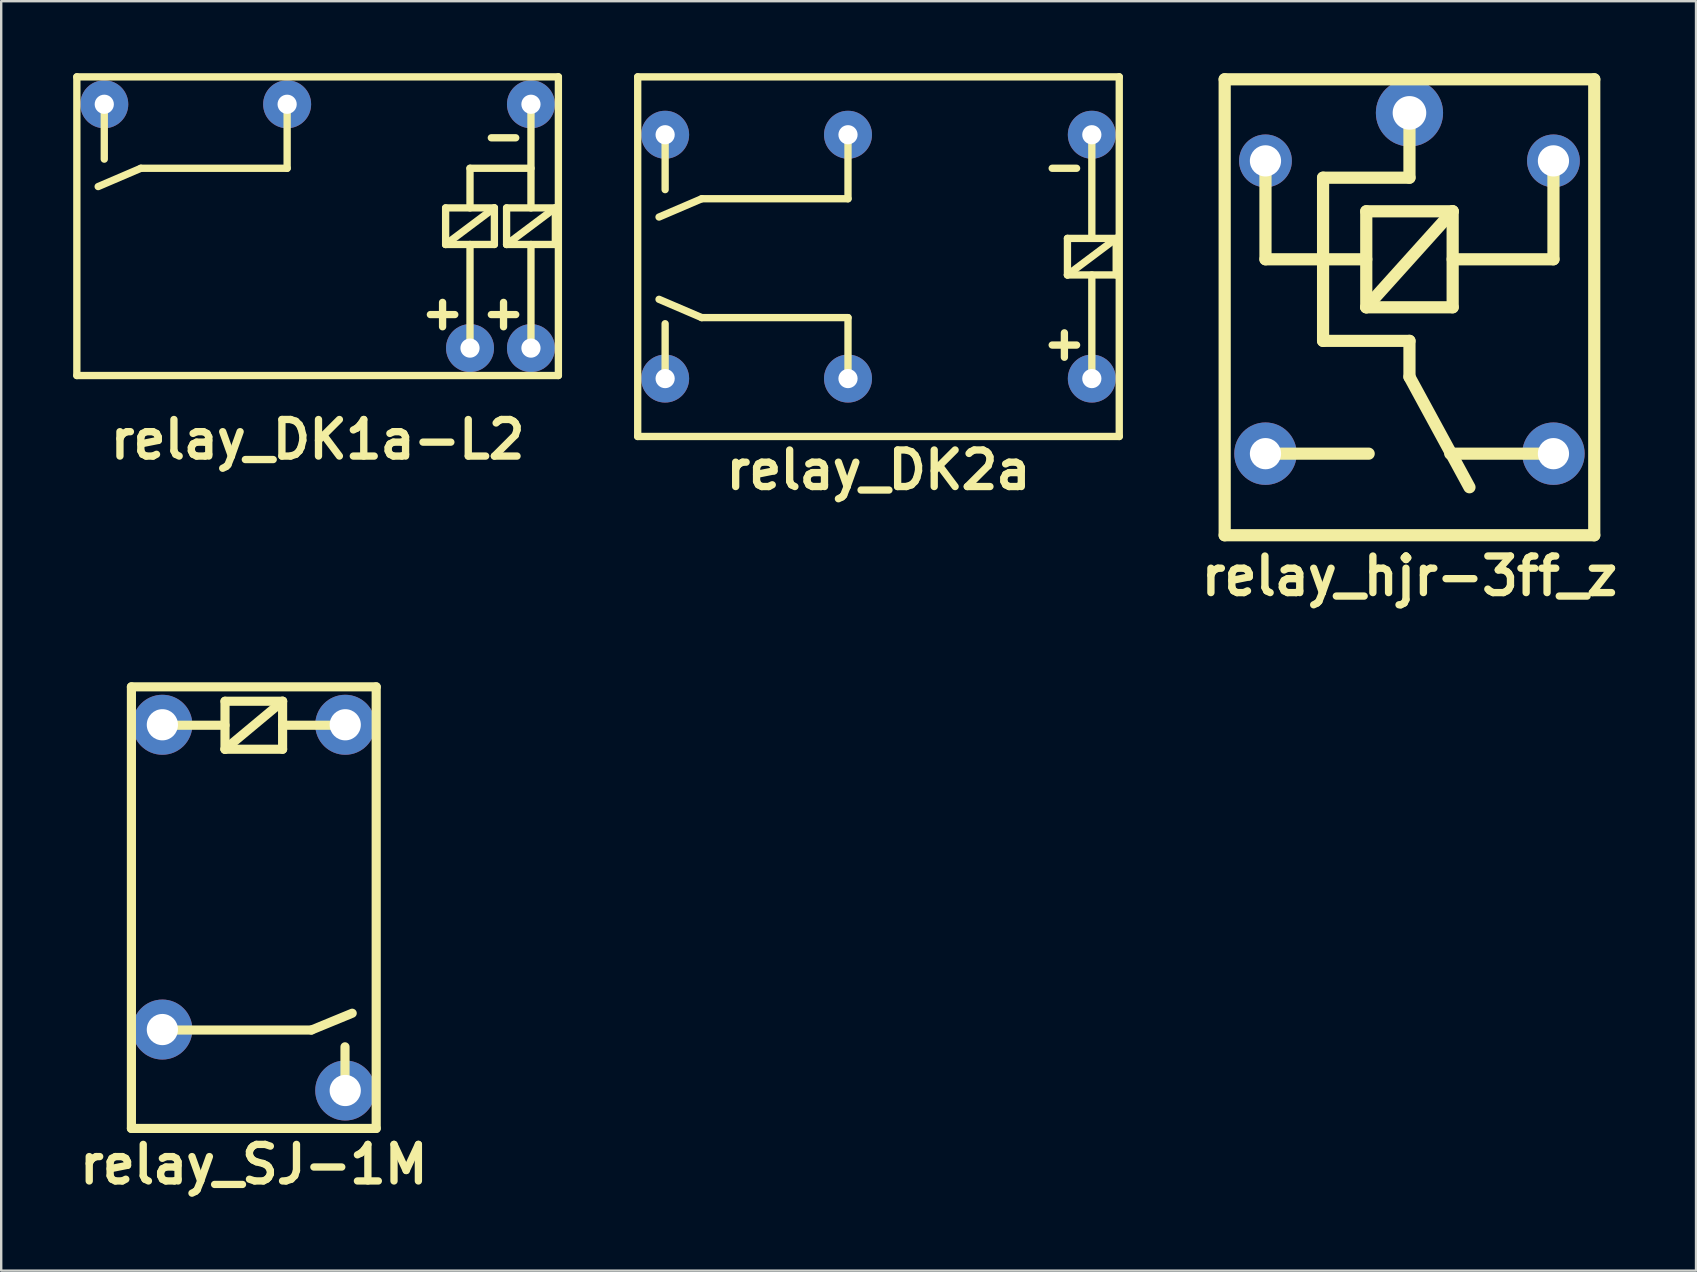
<source format=kicad_pcb>
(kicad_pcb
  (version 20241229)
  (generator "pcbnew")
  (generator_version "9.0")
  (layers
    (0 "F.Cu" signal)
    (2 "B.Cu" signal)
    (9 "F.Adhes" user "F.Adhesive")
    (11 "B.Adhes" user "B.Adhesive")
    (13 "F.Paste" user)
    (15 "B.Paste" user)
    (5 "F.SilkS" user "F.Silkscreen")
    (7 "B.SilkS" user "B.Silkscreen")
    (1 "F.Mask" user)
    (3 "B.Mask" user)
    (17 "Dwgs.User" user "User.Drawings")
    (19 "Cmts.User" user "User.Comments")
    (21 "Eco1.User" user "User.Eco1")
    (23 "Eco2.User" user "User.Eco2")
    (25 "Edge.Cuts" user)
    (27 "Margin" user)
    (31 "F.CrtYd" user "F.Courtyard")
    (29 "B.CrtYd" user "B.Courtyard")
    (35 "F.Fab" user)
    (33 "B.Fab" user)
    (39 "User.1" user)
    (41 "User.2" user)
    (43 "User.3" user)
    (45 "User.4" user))
  (footprint "relay_DK2a"
    (layer "F.Cu")
    (at 33.556 7.645)
    (property "Reference" "relay_DK2a" (at 0 8.89 0) (layer "F.SilkS") (effects (font (size 1.524 1.524) (thickness 0.305))))
    (attr through_hole)
    (fp_line (start -10.033 -7.493) (end -10.033 7.493) (stroke (width 0.305) (type solid)) (layer "F.SilkS"))
    (fp_line (start -10.033 7.493) (end 10.033 7.493) (stroke (width 0.305) (type solid)) (layer "F.SilkS"))
    (fp_line (start -8.89 -5.08) (end -8.89 -2.794) (stroke (width 0.305) (type solid)) (layer "F.SilkS"))
    (fp_line (start -8.89 2.794) (end -8.89 5.08) (stroke (width 0.305) (type solid)) (layer "F.SilkS"))
    (fp_line (start -7.366 -2.413) (end -9.144 -1.651) (stroke (width 0.305) (type solid)) (layer "F.SilkS"))
    (fp_line (start -7.366 2.54) (end -9.144 1.778) (stroke (width 0.305) (type solid)) (layer "F.SilkS"))
    (fp_line (start -1.27 -4.953) (end -1.27 -2.413) (stroke (width 0.305) (type solid)) (layer "F.SilkS"))
    (fp_line (start -1.27 -2.413) (end -7.366 -2.413) (stroke (width 0.305) (type solid)) (layer "F.SilkS"))
    (fp_line (start -1.27 2.54) (end -7.366 2.54) (stroke (width 0.305) (type solid)) (layer "F.SilkS"))
    (fp_line (start -1.27 2.54) (end -1.27 5.08) (stroke (width 0.305) (type solid)) (layer "F.SilkS"))
    (fp_line (start 7.239 -3.683) (end 8.255 -3.683) (stroke (width 0.305) (type solid)) (layer "F.SilkS"))
    (fp_line (start 7.239 3.683) (end 8.255 3.683) (stroke (width 0.305) (type solid)) (layer "F.SilkS"))
    (fp_line (start 7.747 3.175) (end 7.747 4.191) (stroke (width 0.305) (type solid)) (layer "F.SilkS"))
    (fp_line (start 7.874 -0.762) (end 9.906 -0.762) (stroke (width 0.305) (type solid)) (layer "F.SilkS"))
    (fp_line (start 7.874 0.762) (end 7.874 -0.762) (stroke (width 0.305) (type solid)) (layer "F.SilkS"))
    (fp_line (start 8.89 -0.762) (end 8.89 -5.08) (stroke (width 0.305) (type solid)) (layer "F.SilkS"))
    (fp_line (start 8.89 5.08) (end 8.89 0.762) (stroke (width 0.305) (type solid)) (layer "F.SilkS"))
    (fp_line (start 9.906 -0.762) (end 7.874 0.762) (stroke (width 0.305) (type solid)) (layer "F.SilkS"))
    (fp_line (start 9.906 -0.762) (end 9.906 0.762) (stroke (width 0.305) (type solid)) (layer "F.SilkS"))
    (fp_line (start 9.906 0.762) (end 7.874 0.762) (stroke (width 0.305) (type solid)) (layer "F.SilkS"))
    (fp_line (start 10.033 -7.493) (end -10.033 -7.493) (stroke (width 0.305) (type solid)) (layer "F.SilkS"))
    (fp_line (start 10.033 7.493) (end 10.033 -7.493) (stroke (width 0.305) (type solid)) (layer "F.SilkS"))
    (pad "1" thru_hole circle (at 8.89 -5.08 180) (size 1.999 1.999) (drill 0.8) (layers "*.Cu"))
    (pad "3" thru_hole circle (at -1.27 -5.08 180) (size 1.999 1.999) (drill 0.8) (layers "*.Cu"))
    (pad "4" thru_hole circle (at -8.89 -5.08 180) (size 1.999 1.999) (drill 0.8) (layers "*.Cu"))
    (pad "5" thru_hole circle (at -8.89 5.08 180) (size 1.999 1.999) (drill 0.8) (layers "*.Cu"))
    (pad "6" thru_hole circle (at -1.27 5.08 180) (size 1.999 1.999) (drill 0.8) (layers "*.Cu"))
    (pad "8" thru_hole circle (at 8.89 5.08 180) (size 1.999 1.999) (drill 0.8) (layers "*.Cu")))
  (footprint "relay_hjr-3ff_z"
    (layer "F.Cu")
    (at 55.682 9.754)
    (property "Reference" "relay_hjr-3ff_z" (at 0 11.2 0) (layer "F.SilkS") (effects (font (size 1.524 1.524) (thickness 0.305))))
    (attr through_hole)
    (fp_line (start -7.7 -9.5) (end -7.7 9.5) (stroke (width 0.508) (type solid)) (layer "F.SilkS"))
    (fp_line (start -7.7 -9.5) (end 7.7 -9.5) (stroke (width 0.508) (type solid)) (layer "F.SilkS"))
    (fp_line (start -7.7 9.5) (end 7.7 9.5) (stroke (width 0.508) (type solid)) (layer "F.SilkS"))
    (fp_line (start -6 -6.1) (end -6 -2) (stroke (width 0.508) (type solid)) (layer "F.SilkS"))
    (fp_line (start -3.6 1.4) (end -3.6 -5.4) (stroke (width 0.508) (type solid)) (layer "F.SilkS"))
    (fp_line (start -1.8 -4) (end 1.8 -4) (stroke (width 0.508) (type solid)) (layer "F.SilkS"))
    (fp_line (start -1.8 -2) (end -6 -2) (stroke (width 0.508) (type solid)) (layer "F.SilkS"))
    (fp_line (start -1.8 0) (end -1.8 -4) (stroke (width 0.508) (type solid)) (layer "F.SilkS"))
    (fp_line (start -1.8 0) (end 1.8 -4) (stroke (width 0.508) (type solid)) (layer "F.SilkS"))
    (fp_line (start -1.7 6.1) (end -6 6.1) (stroke (width 0.508) (type solid)) (layer "F.SilkS"))
    (fp_line (start 0 -8.1) (end 0 -5.4) (stroke (width 0.508) (type solid)) (layer "F.SilkS"))
    (fp_line (start 0 -5.4) (end -3.6 -5.4) (stroke (width 0.508) (type solid)) (layer "F.SilkS"))
    (fp_line (start 0 1.4) (end -3.6 1.4) (stroke (width 0.508) (type solid)) (layer "F.SilkS"))
    (fp_line (start 0 1.4) (end 0 2.9) (stroke (width 0.508) (type solid)) (layer "F.SilkS"))
    (fp_line (start 0 2.9) (end 2.5 7.5) (stroke (width 0.508) (type solid)) (layer "F.SilkS"))
    (fp_line (start 1.8 -4) (end 1.8 0) (stroke (width 0.508) (type solid)) (layer "F.SilkS"))
    (fp_line (start 1.8 0) (end -1.8 0) (stroke (width 0.508) (type solid)) (layer "F.SilkS"))
    (fp_line (start 6 -6.1) (end 6 -2) (stroke (width 0.508) (type solid)) (layer "F.SilkS"))
    (fp_line (start 6 -2) (end 1.8 -2) (stroke (width 0.508) (type solid)) (layer "F.SilkS"))
    (fp_line (start 6 6.1) (end 1.7 6.1) (stroke (width 0.508) (type solid)) (layer "F.SilkS"))
    (fp_line (start 7.7 -9.5) (end 7.7 9.5) (stroke (width 0.508) (type solid)) (layer "F.SilkS"))
    (pad "1" thru_hole circle (at 0 -8.1) (size 2.8 2.8) (drill 1.4) (layers "*.Cu"))
    (pad "2" thru_hole circle (at -6 -6.1) (size 2.2 2.2) (drill 1.3) (layers "*.Cu"))
    (pad "3" thru_hole circle (at -6 6.1) (size 2.6 2.6) (drill 1.3) (layers "*.Cu"))
    (pad "4" thru_hole circle (at 6 6.1) (size 2.6 2.6) (drill 1.3) (layers "*.Cu"))
    (pad "5" thru_hole circle (at 6 -6.1) (size 2.2 2.2) (drill 1.3) (layers "*.Cu")))
  (footprint "relay_DK1a-L2"
    (layer "F.Cu")
    (at 10.185 6.375)
    (property "Reference" "relay_DK1a-L2" (at 0 8.89 0) (layer "F.SilkS") (effects (font (size 1.524 1.524) (thickness 0.305))))
    (attr through_hole)
    (fp_line (start -10.033 6.223) (end -10.033 -6.223) (stroke (width 0.305) (type solid)) (layer "F.SilkS"))
    (fp_line (start -10.033 6.223) (end 10.033 6.223) (stroke (width 0.305) (type solid)) (layer "F.SilkS"))
    (fp_line (start -8.89 -5.08) (end -8.89 -2.794) (stroke (width 0.305) (type solid)) (layer "F.SilkS"))
    (fp_line (start -7.366 -2.413) (end -9.144 -1.651) (stroke (width 0.305) (type solid)) (layer "F.SilkS"))
    (fp_line (start -1.27 -4.953) (end -1.27 -2.413) (stroke (width 0.305) (type solid)) (layer "F.SilkS"))
    (fp_line (start -1.27 -2.413) (end -7.366 -2.413) (stroke (width 0.305) (type solid)) (layer "F.SilkS"))
    (fp_line (start 4.699 3.683) (end 5.715 3.683) (stroke (width 0.305) (type solid)) (layer "F.SilkS"))
    (fp_line (start 5.207 3.175) (end 5.207 4.191) (stroke (width 0.305) (type solid)) (layer "F.SilkS"))
    (fp_line (start 5.334 -0.762) (end 7.366 -0.762) (stroke (width 0.305) (type solid)) (layer "F.SilkS"))
    (fp_line (start 5.334 0.762) (end 5.334 -0.762) (stroke (width 0.305) (type solid)) (layer "F.SilkS"))
    (fp_line (start 6.35 -2.413) (end 8.89 -2.413) (stroke (width 0.305) (type solid)) (layer "F.SilkS"))
    (fp_line (start 6.35 -0.762) (end 6.35 -2.413) (stroke (width 0.305) (type solid)) (layer "F.SilkS"))
    (fp_line (start 6.35 5.08) (end 6.35 0.762) (stroke (width 0.305) (type solid)) (layer "F.SilkS"))
    (fp_line (start 7.239 -3.683) (end 8.255 -3.683) (stroke (width 0.305) (type solid)) (layer "F.SilkS"))
    (fp_line (start 7.239 3.683) (end 8.255 3.683) (stroke (width 0.305) (type solid)) (layer "F.SilkS"))
    (fp_line (start 7.366 -0.762) (end 5.334 0.762) (stroke (width 0.305) (type solid)) (layer "F.SilkS"))
    (fp_line (start 7.366 -0.762) (end 7.366 0.762) (stroke (width 0.305) (type solid)) (layer "F.SilkS"))
    (fp_line (start 7.366 0.762) (end 5.334 0.762) (stroke (width 0.305) (type solid)) (layer "F.SilkS"))
    (fp_line (start 7.747 3.175) (end 7.747 4.191) (stroke (width 0.305) (type solid)) (layer "F.SilkS"))
    (fp_line (start 7.874 -0.762) (end 9.906 -0.762) (stroke (width 0.305) (type solid)) (layer "F.SilkS"))
    (fp_line (start 7.874 0.762) (end 7.874 -0.762) (stroke (width 0.305) (type solid)) (layer "F.SilkS"))
    (fp_line (start 8.89 -0.762) (end 8.89 -5.08) (stroke (width 0.305) (type solid)) (layer "F.SilkS"))
    (fp_line (start 8.89 5.08) (end 8.89 0.762) (stroke (width 0.305) (type solid)) (layer "F.SilkS"))
    (fp_line (start 9.906 -0.762) (end 7.874 0.762) (stroke (width 0.305) (type solid)) (layer "F.SilkS"))
    (fp_line (start 9.906 -0.762) (end 9.906 0.762) (stroke (width 0.305) (type solid)) (layer "F.SilkS"))
    (fp_line (start 9.906 0.762) (end 7.874 0.762) (stroke (width 0.305) (type solid)) (layer "F.SilkS"))
    (fp_line (start 10.033 -6.223) (end -10.033 -6.223) (stroke (width 0.305) (type solid)) (layer "F.SilkS"))
    (fp_line (start 10.033 -6.223) (end 10.033 6.223) (stroke (width 0.305) (type solid)) (layer "F.SilkS"))
    (pad "1" thru_hole circle (at 8.89 -5.08 180) (size 1.999 1.999) (drill 0.8) (layers "*.Cu"))
    (pad "3" thru_hole circle (at -1.27 -5.08 180) (size 1.999 1.999) (drill 0.8) (layers "*.Cu"))
    (pad "4" thru_hole circle (at -8.89 -5.08 180) (size 1.999 1.999) (drill 0.8) (layers "*.Cu"))
    (pad "5" thru_hole circle (at 6.35 5.08 180) (size 1.999 1.999) (drill 0.8) (layers "*.Cu"))
    (pad "6" thru_hole circle (at 8.89 5.08 180) (size 1.999 1.999) (drill 0.8) (layers "*.Cu")))
  (footprint "relay_SJ-1M"
    (layer "F.Cu")
    (at 7.526 34.771)
    (property "Reference" "relay_SJ-1M" (at 0 10.7 0) (layer "F.SilkS") (effects (font (size 1.524 1.524) (thickness 0.305))))
    (attr through_hole)
    (fp_line (start -5.1 -9.2) (end -5.1 9.2) (stroke (width 0.381) (type solid)) (layer "F.SilkS"))
    (fp_line (start -5.1 -9.2) (end 5.1 -9.2) (stroke (width 0.381) (type solid)) (layer "F.SilkS"))
    (fp_line (start -5.1 9.2) (end 5.1 9.2) (stroke (width 0.381) (type solid)) (layer "F.SilkS"))
    (fp_line (start -3.8 -7.6) (end -1.2 -7.6) (stroke (width 0.381) (type solid)) (layer "F.SilkS"))
    (fp_line (start -3.8 5.1) (end 2.4 5.1) (stroke (width 0.381) (type solid)) (layer "F.SilkS"))
    (fp_line (start -1.2 -8.6) (end -1.2 -6.6) (stroke (width 0.381) (type solid)) (layer "F.SilkS"))
    (fp_line (start -1.2 -6.6) (end 1.2 -8.6) (stroke (width 0.381) (type solid)) (layer "F.SilkS"))
    (fp_line (start -1.2 -6.6) (end 1.2 -6.6) (stroke (width 0.381) (type solid)) (layer "F.SilkS"))
    (fp_line (start 1.2 -8.6) (end -1.2 -8.6) (stroke (width 0.381) (type solid)) (layer "F.SilkS"))
    (fp_line (start 1.2 -6.6) (end 1.2 -8.6) (stroke (width 0.381) (type solid)) (layer "F.SilkS"))
    (fp_line (start 2.4 5.1) (end 4.1 4.4) (stroke (width 0.381) (type solid)) (layer "F.SilkS"))
    (fp_line (start 3.8 -7.6) (end 1.2 -7.6) (stroke (width 0.381) (type solid)) (layer "F.SilkS"))
    (fp_line (start 3.8 7.6) (end 3.8 5.8) (stroke (width 0.381) (type solid)) (layer "F.SilkS"))
    (fp_line (start 5.1 -9.2) (end 5.1 9.2) (stroke (width 0.381) (type solid)) (layer "F.SilkS"))
    (pad "1" thru_hole circle (at -3.81 -7.62) (size 2.5 2.5) (drill 1.3) (layers "*.Cu"))
    (pad "2" thru_hole circle (at 3.81 -7.62) (size 2.5 2.5) (drill 1.3) (layers "*.Cu"))
    (pad "3" thru_hole circle (at -3.81 5.08) (size 2.5 2.5) (drill 1.3) (layers "*.Cu"))
    (pad "4" thru_hole circle (at 3.81 7.62) (size 2.5 2.5) (drill 1.3) (layers "*.Cu")))
  (gr_rect
    (start -3 -3)
    (end 67.623 49.897)
    (stroke (width 0.1) (type default))
    (fill no)
    (layer "Edge.Cuts")))
</source>
